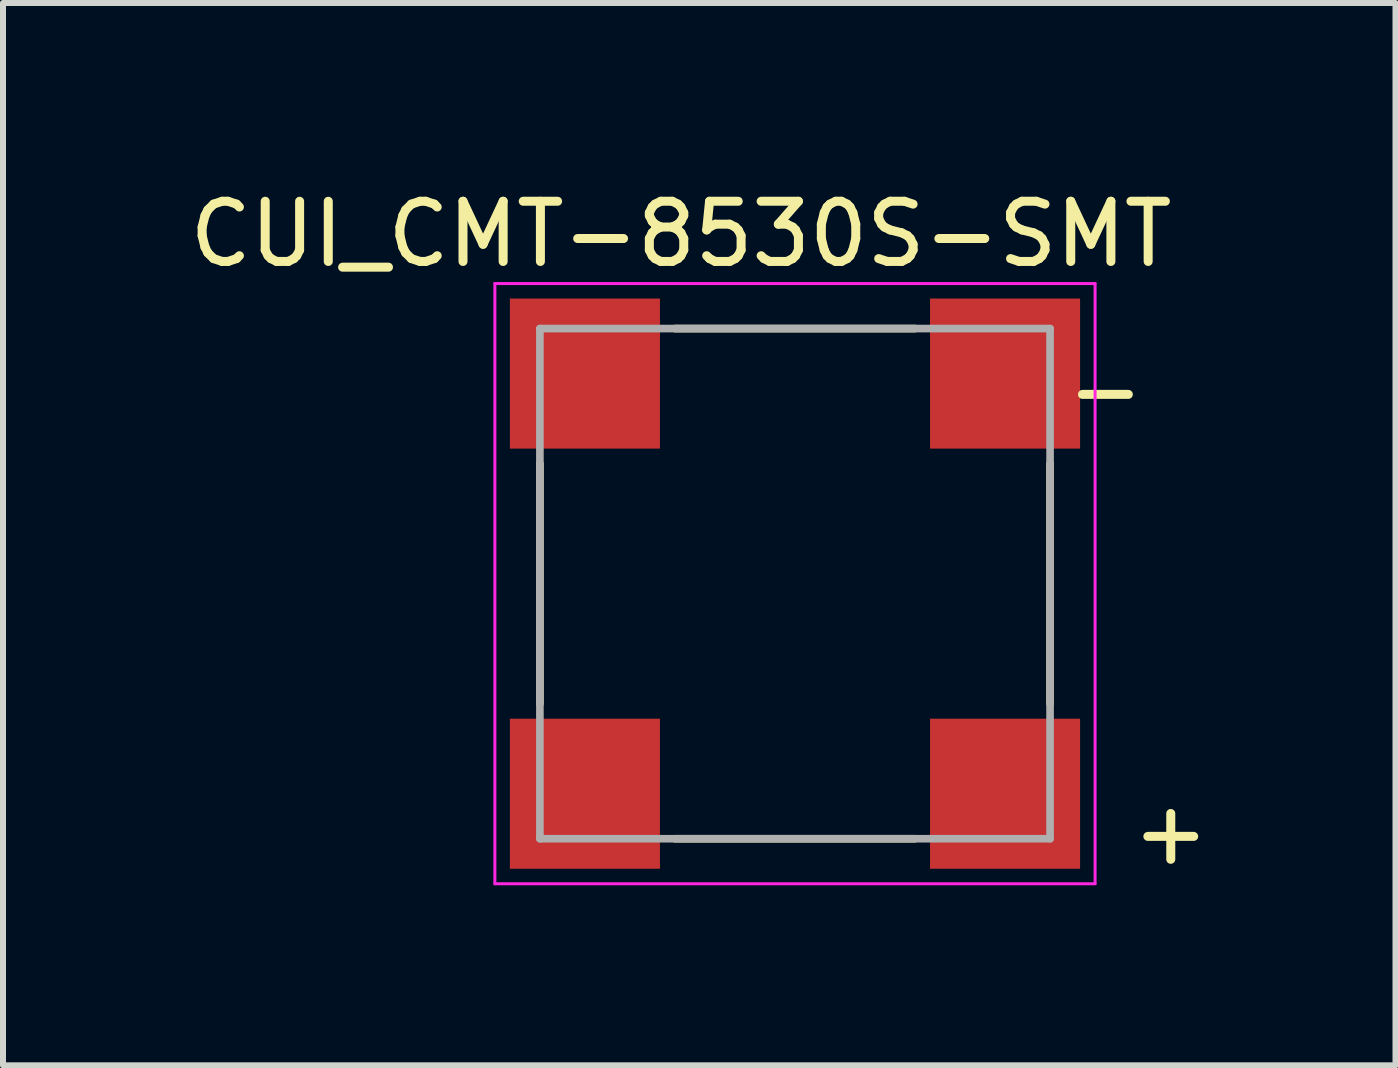
<source format=kicad_pcb>
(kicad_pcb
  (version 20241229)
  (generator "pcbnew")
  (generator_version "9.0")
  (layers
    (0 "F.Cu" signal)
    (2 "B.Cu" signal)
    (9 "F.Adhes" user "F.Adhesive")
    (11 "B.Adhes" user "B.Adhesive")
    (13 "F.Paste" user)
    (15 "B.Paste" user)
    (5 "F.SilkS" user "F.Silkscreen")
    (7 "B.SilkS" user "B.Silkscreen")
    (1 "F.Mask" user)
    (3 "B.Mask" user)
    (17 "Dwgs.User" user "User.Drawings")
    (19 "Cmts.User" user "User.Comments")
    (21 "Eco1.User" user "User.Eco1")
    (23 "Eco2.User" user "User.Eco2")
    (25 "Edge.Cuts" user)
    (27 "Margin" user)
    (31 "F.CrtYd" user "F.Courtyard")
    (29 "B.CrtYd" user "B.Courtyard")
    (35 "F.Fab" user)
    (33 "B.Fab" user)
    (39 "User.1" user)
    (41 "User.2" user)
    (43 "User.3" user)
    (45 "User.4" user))
  (footprint "CUI_CMT-8530S-SMT"
    (layer "F.Cu")
    (at 10.195 6.674)
    (property "Reference" "CUI_CMT-8530S-SMT" (at -1.901 -5.824 0) (layer "F.SilkS") (effects (font (size 1.003 1.003) (thickness 0.15))))
    (attr smd)
    (fp_line (start -4.25 -2) (end -4.25 2) (stroke (width 0.127) (type solid)) (layer "F.SilkS"))
    (fp_line (start -2 -4.25) (end 2 -4.25) (stroke (width 0.127) (type solid)) (layer "F.SilkS"))
    (fp_line (start 2 4.25) (end -2 4.25) (stroke (width 0.127) (type solid)) (layer "F.SilkS"))
    (fp_line (start 4.25 -2) (end 4.25 2) (stroke (width 0.127) (type solid)) (layer "F.SilkS"))
    (fp_line (start -5 -5) (end -5 5) (stroke (width 0.05) (type solid)) (layer "F.CrtYd"))
    (fp_line (start 5 -5) (end -5 -5) (stroke (width 0.05) (type solid)) (layer "F.CrtYd"))
    (fp_line (start 5 -5) (end 5 5) (stroke (width 0.05) (type solid)) (layer "F.CrtYd"))
    (fp_line (start 5 5) (end -5 5) (stroke (width 0.05) (type solid)) (layer "F.CrtYd"))
    (fp_line (start -4.25 -4.25) (end 4.25 -4.25) (stroke (width 0.127) (type solid)) (layer "F.Fab"))
    (fp_line (start -4.25 4.25) (end -4.25 -4.25) (stroke (width 0.127) (type solid)) (layer "F.Fab"))
    (fp_line (start 4.25 -4.25) (end 4.25 4.25) (stroke (width 0.127) (type solid)) (layer "F.Fab"))
    (fp_line (start 4.25 4.25) (end -4.25 4.25) (stroke (width 0.127) (type solid)) (layer "F.Fab"))
    (fp_text user "-" (at 5.172 -3.227 0) (layer "F.SilkS") (effects (font (size 1.002 1.002) (thickness 0.15))))
    (fp_text user "+" (at 6.261 4.137 0) (layer "F.SilkS") (effects (font (size 1.002 1.002) (thickness 0.15))))
    (pad "1" smd rect (at -3.5 -3.5) (size 2.5 2.5) (layers "F.Cu" "F.Mask" "F.Paste"))
    (pad "2" smd rect (at -3.5 3.5) (size 2.5 2.5) (layers "F.Cu" "F.Mask" "F.Paste"))
    (pad "N" smd rect (at 3.5 -3.5) (size 2.5 2.5) (layers "F.Cu" "F.Mask" "F.Paste"))
    (pad "P" smd rect (at 3.5 3.5) (size 2.5 2.5) (layers "F.Cu" "F.Mask" "F.Paste")))
  (gr_rect
    (start -3 -3)
    (end 20.2 14.699)
    (stroke (width 0.1) (type default))
    (fill no)
    (layer "Edge.Cuts")))
</source>
